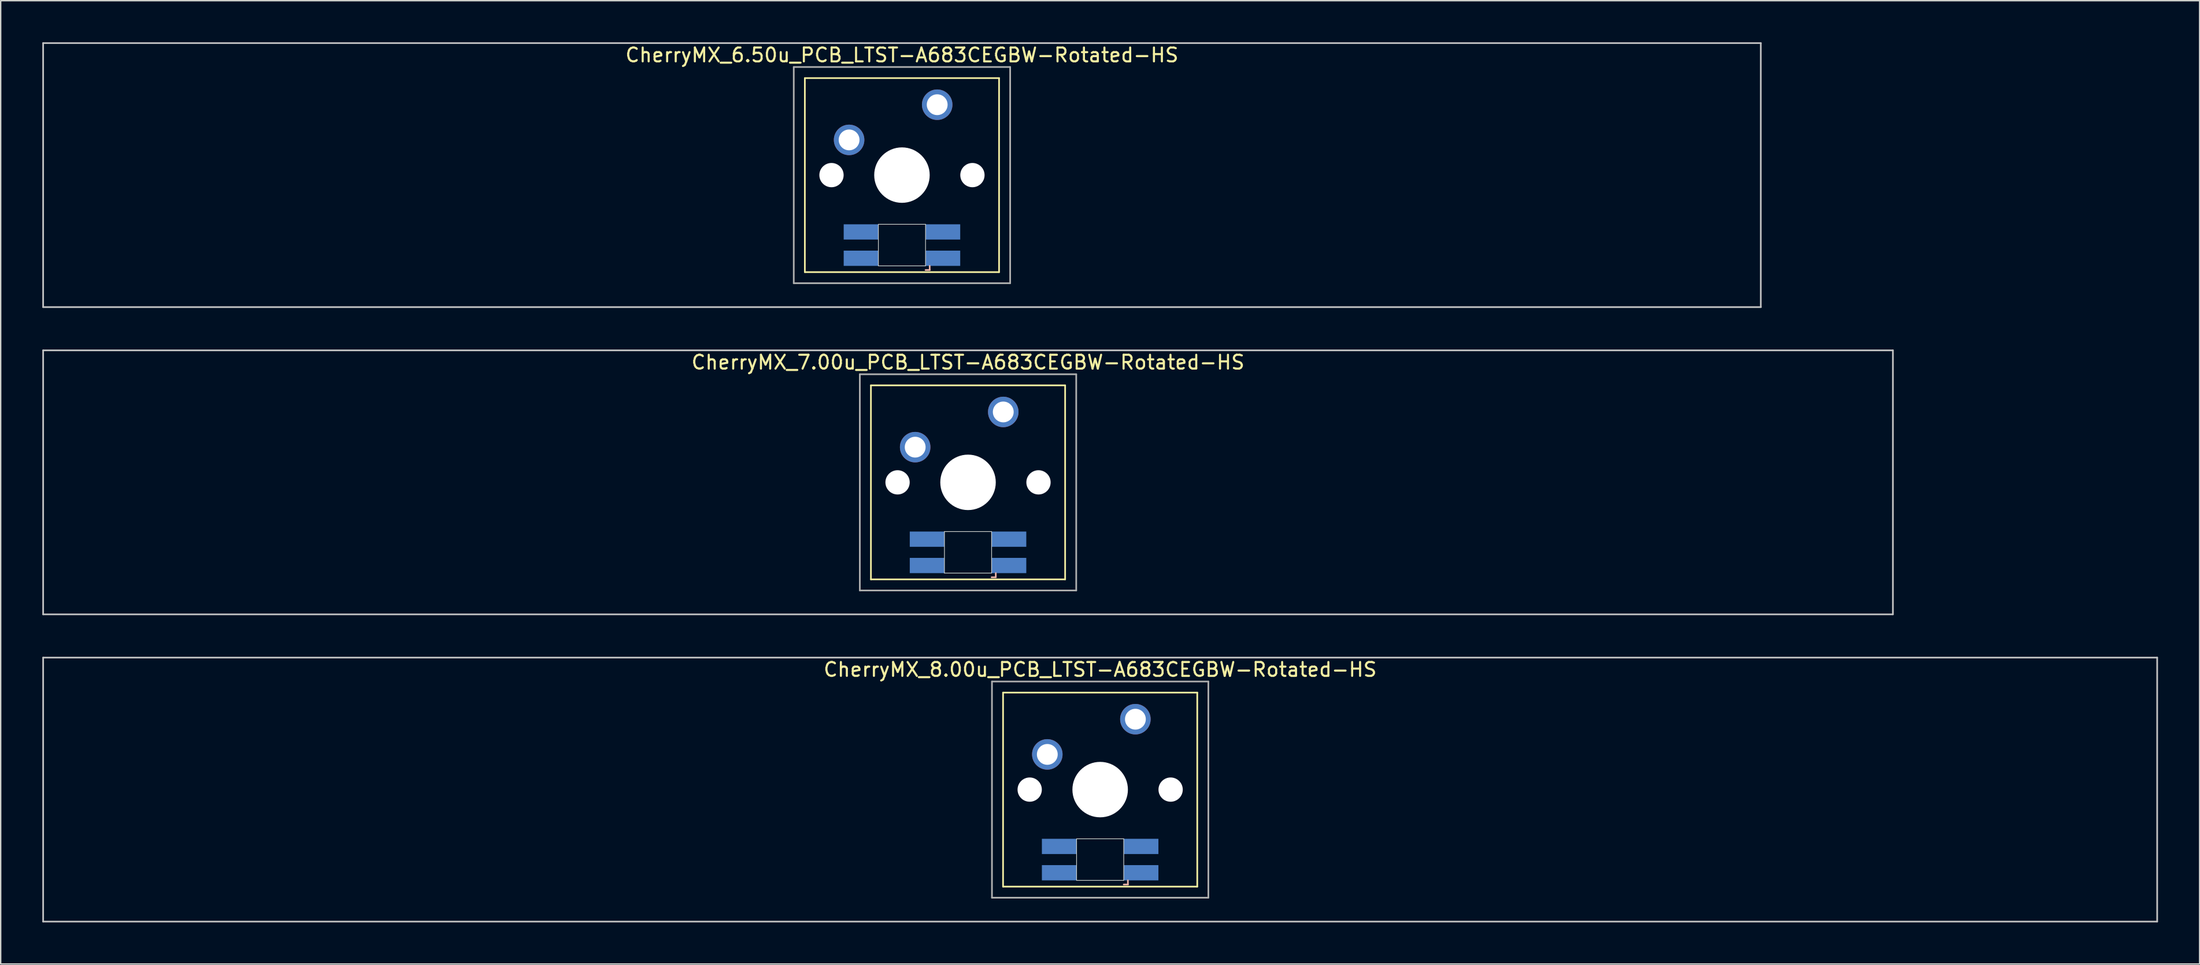
<source format=kicad_pcb>
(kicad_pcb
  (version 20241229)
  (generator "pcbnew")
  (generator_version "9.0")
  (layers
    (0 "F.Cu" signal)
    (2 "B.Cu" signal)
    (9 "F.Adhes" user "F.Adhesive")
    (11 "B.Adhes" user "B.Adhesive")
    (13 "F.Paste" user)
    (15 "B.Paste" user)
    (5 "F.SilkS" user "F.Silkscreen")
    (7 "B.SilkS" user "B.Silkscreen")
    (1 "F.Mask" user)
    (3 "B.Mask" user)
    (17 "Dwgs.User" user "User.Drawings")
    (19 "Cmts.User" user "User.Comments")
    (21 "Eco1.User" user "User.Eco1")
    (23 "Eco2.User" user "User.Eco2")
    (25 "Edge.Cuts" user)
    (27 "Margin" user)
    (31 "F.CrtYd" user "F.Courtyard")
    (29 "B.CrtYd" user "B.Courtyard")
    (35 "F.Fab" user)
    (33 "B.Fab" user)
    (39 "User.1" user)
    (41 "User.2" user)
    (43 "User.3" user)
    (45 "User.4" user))
  (footprint "CherryMX_6.50u_PCB_LTST-A683CEGBW-Rotated-HS"
    (layer "F.Cu")
    (at 61.972 9.585)
    (property "Reference" "CherryMX_6.50u_PCB_LTST-A683CEGBW-Rotated-HS" (at 0 -8.662 0) (layer "F.SilkS") (effects (font (size 1 1) (thickness 0.15))))
    (attr through_hole)
    (fp_line (start -7 -7) (end -7 7) (stroke (width 0.12) (type solid)) (layer "F.SilkS"))
    (fp_line (start -7 -7) (end 7 -7) (stroke (width 0.12) (type solid)) (layer "F.SilkS"))
    (fp_line (start 7 -7) (end 7 7) (stroke (width 0.12) (type solid)) (layer "F.SilkS"))
    (fp_line (start 7 7) (end -7 7) (stroke (width 0.12) (type solid)) (layer "F.SilkS"))
    (fp_line (start 1.7 6.85) (end 2 6.85) (stroke (width 0.12) (type solid)) (layer "B.SilkS"))
    (fp_line (start 2 6.85) (end 2 6.55) (stroke (width 0.12) (type solid)) (layer "B.SilkS"))
    (fp_line (start -61.913 -9.525) (end 61.913 -9.525) (stroke (width 0.12) (type solid)) (layer "Dwgs.User"))
    (fp_line (start -61.913 9.525) (end -61.913 -9.525) (stroke (width 0.12) (type solid)) (layer "Dwgs.User"))
    (fp_line (start 61.913 -9.525) (end 61.913 9.525) (stroke (width 0.12) (type solid)) (layer "Dwgs.User"))
    (fp_line (start 61.913 9.525) (end -61.913 9.525) (stroke (width 0.12) (type solid)) (layer "Dwgs.User"))
    (fp_line (start -1.7 3.55) (end 1.7 3.55) (stroke (width 0.05) (type solid)) (layer "Edge.Cuts"))
    (fp_line (start -1.7 6.55) (end -1.7 3.55) (stroke (width 0.05) (type solid)) (layer "Edge.Cuts"))
    (fp_line (start 1.7 3.55) (end 1.7 6.55) (stroke (width 0.05) (type solid)) (layer "Edge.Cuts"))
    (fp_line (start 1.7 6.55) (end -1.7 6.55) (stroke (width 0.05) (type solid)) (layer "Edge.Cuts"))
    (fp_line (start -7.8 -7.8) (end -7.8 7.8) (stroke (width 0.12) (type solid)) (layer "F.Fab"))
    (fp_line (start -7.8 -7.8) (end 7.8 -7.8) (stroke (width 0.12) (type solid)) (layer "F.Fab"))
    (fp_line (start -7.8 7.8) (end 7.8 7.8) (stroke (width 0.12) (type solid)) (layer "F.Fab"))
    (fp_line (start 7.8 -7.8) (end 7.8 7.8) (stroke (width 0.12) (type solid)) (layer "F.Fab"))
    (pad "" np_thru_hole circle (at -5.08 0) (size 1.75 1.75) (drill 1.75) (layers "*.Cu" "*.Mask"))
    (pad "" np_thru_hole circle (at 0 0) (size 4 4) (drill 4) (layers "*.Cu" "*.Mask"))
    (pad "" np_thru_hole circle (at 5.08 0) (size 1.75 1.75) (drill 1.75) (layers "*.Cu" "*.Mask"))
    (pad "1" thru_hole circle (at -3.81 -2.54) (size 2.2 2.2) (drill 1.5) (layers "*.Cu" "*.Mask"))
    (pad "2" thru_hole circle (at 2.54 -5.08) (size 2.2 2.2) (drill 1.5) (layers "*.Cu" "*.Mask"))
    (pad "3" smd rect (at 2.95 6) (size 2.5 1.1) (layers "B.Cu" "B.Mask" "B.Paste"))
    (pad "4" smd rect (at 2.95 4.1) (size 2.5 1.1) (layers "B.Cu" "B.Mask" "B.Paste"))
    (pad "5" smd rect (at -2.95 6) (size 2.5 1.1) (layers "B.Cu" "B.Mask" "B.Paste"))
    (pad "6" smd rect (at -2.95 4.1) (size 2.5 1.1) (layers "B.Cu" "B.Mask" "B.Paste")))
  (footprint "CherryMX_7.00u_PCB_LTST-A683CEGBW-Rotated-HS"
    (layer "F.Cu")
    (at 66.735 31.755)
    (property "Reference" "CherryMX_7.00u_PCB_LTST-A683CEGBW-Rotated-HS" (at 0 -8.662 0) (layer "F.SilkS") (effects (font (size 1 1) (thickness 0.15))))
    (attr through_hole)
    (fp_line (start -7 -7) (end -7 7) (stroke (width 0.12) (type solid)) (layer "F.SilkS"))
    (fp_line (start -7 -7) (end 7 -7) (stroke (width 0.12) (type solid)) (layer "F.SilkS"))
    (fp_line (start 7 -7) (end 7 7) (stroke (width 0.12) (type solid)) (layer "F.SilkS"))
    (fp_line (start 7 7) (end -7 7) (stroke (width 0.12) (type solid)) (layer "F.SilkS"))
    (fp_line (start 1.7 6.85) (end 2 6.85) (stroke (width 0.12) (type solid)) (layer "B.SilkS"))
    (fp_line (start 2 6.85) (end 2 6.55) (stroke (width 0.12) (type solid)) (layer "B.SilkS"))
    (fp_line (start -66.675 -9.525) (end 66.675 -9.525) (stroke (width 0.12) (type solid)) (layer "Dwgs.User"))
    (fp_line (start -66.675 9.525) (end -66.675 -9.525) (stroke (width 0.12) (type solid)) (layer "Dwgs.User"))
    (fp_line (start 66.675 -9.525) (end 66.675 9.525) (stroke (width 0.12) (type solid)) (layer "Dwgs.User"))
    (fp_line (start 66.675 9.525) (end -66.675 9.525) (stroke (width 0.12) (type solid)) (layer "Dwgs.User"))
    (fp_line (start -1.7 3.55) (end 1.7 3.55) (stroke (width 0.05) (type solid)) (layer "Edge.Cuts"))
    (fp_line (start -1.7 6.55) (end -1.7 3.55) (stroke (width 0.05) (type solid)) (layer "Edge.Cuts"))
    (fp_line (start 1.7 3.55) (end 1.7 6.55) (stroke (width 0.05) (type solid)) (layer "Edge.Cuts"))
    (fp_line (start 1.7 6.55) (end -1.7 6.55) (stroke (width 0.05) (type solid)) (layer "Edge.Cuts"))
    (fp_line (start -7.8 -7.8) (end -7.8 7.8) (stroke (width 0.12) (type solid)) (layer "F.Fab"))
    (fp_line (start -7.8 -7.8) (end 7.8 -7.8) (stroke (width 0.12) (type solid)) (layer "F.Fab"))
    (fp_line (start -7.8 7.8) (end 7.8 7.8) (stroke (width 0.12) (type solid)) (layer "F.Fab"))
    (fp_line (start 7.8 -7.8) (end 7.8 7.8) (stroke (width 0.12) (type solid)) (layer "F.Fab"))
    (pad "" np_thru_hole circle (at -5.08 0) (size 1.75 1.75) (drill 1.75) (layers "*.Cu" "*.Mask"))
    (pad "" np_thru_hole circle (at 0 0) (size 4 4) (drill 4) (layers "*.Cu" "*.Mask"))
    (pad "" np_thru_hole circle (at 5.08 0) (size 1.75 1.75) (drill 1.75) (layers "*.Cu" "*.Mask"))
    (pad "1" thru_hole circle (at -3.81 -2.54) (size 2.2 2.2) (drill 1.5) (layers "*.Cu" "*.Mask"))
    (pad "2" thru_hole circle (at 2.54 -5.08) (size 2.2 2.2) (drill 1.5) (layers "*.Cu" "*.Mask"))
    (pad "3" smd rect (at 2.95 6) (size 2.5 1.1) (layers "B.Cu" "B.Mask" "B.Paste"))
    (pad "4" smd rect (at 2.95 4.1) (size 2.5 1.1) (layers "B.Cu" "B.Mask" "B.Paste"))
    (pad "5" smd rect (at -2.95 6) (size 2.5 1.1) (layers "B.Cu" "B.Mask" "B.Paste"))
    (pad "6" smd rect (at -2.95 4.1) (size 2.5 1.1) (layers "B.Cu" "B.Mask" "B.Paste")))
  (footprint "CherryMX_8.00u_PCB_LTST-A683CEGBW-Rotated-HS"
    (layer "F.Cu")
    (at 76.26 53.925)
    (property "Reference" "CherryMX_8.00u_PCB_LTST-A683CEGBW-Rotated-HS" (at 0 -8.662 0) (layer "F.SilkS") (effects (font (size 1 1) (thickness 0.15))))
    (attr through_hole)
    (fp_line (start -7 -7) (end -7 7) (stroke (width 0.12) (type solid)) (layer "F.SilkS"))
    (fp_line (start -7 -7) (end 7 -7) (stroke (width 0.12) (type solid)) (layer "F.SilkS"))
    (fp_line (start 7 -7) (end 7 7) (stroke (width 0.12) (type solid)) (layer "F.SilkS"))
    (fp_line (start 7 7) (end -7 7) (stroke (width 0.12) (type solid)) (layer "F.SilkS"))
    (fp_line (start 1.7 6.85) (end 2 6.85) (stroke (width 0.12) (type solid)) (layer "B.SilkS"))
    (fp_line (start 2 6.85) (end 2 6.55) (stroke (width 0.12) (type solid)) (layer "B.SilkS"))
    (fp_line (start -76.2 -9.525) (end 76.2 -9.525) (stroke (width 0.12) (type solid)) (layer "Dwgs.User"))
    (fp_line (start -76.2 9.525) (end -76.2 -9.525) (stroke (width 0.12) (type solid)) (layer "Dwgs.User"))
    (fp_line (start 76.2 -9.525) (end 76.2 9.525) (stroke (width 0.12) (type solid)) (layer "Dwgs.User"))
    (fp_line (start 76.2 9.525) (end -76.2 9.525) (stroke (width 0.12) (type solid)) (layer "Dwgs.User"))
    (fp_line (start -1.7 3.55) (end 1.7 3.55) (stroke (width 0.05) (type solid)) (layer "Edge.Cuts"))
    (fp_line (start -1.7 6.55) (end -1.7 3.55) (stroke (width 0.05) (type solid)) (layer "Edge.Cuts"))
    (fp_line (start 1.7 3.55) (end 1.7 6.55) (stroke (width 0.05) (type solid)) (layer "Edge.Cuts"))
    (fp_line (start 1.7 6.55) (end -1.7 6.55) (stroke (width 0.05) (type solid)) (layer "Edge.Cuts"))
    (fp_line (start -7.8 -7.8) (end -7.8 7.8) (stroke (width 0.12) (type solid)) (layer "F.Fab"))
    (fp_line (start -7.8 -7.8) (end 7.8 -7.8) (stroke (width 0.12) (type solid)) (layer "F.Fab"))
    (fp_line (start -7.8 7.8) (end 7.8 7.8) (stroke (width 0.12) (type solid)) (layer "F.Fab"))
    (fp_line (start 7.8 -7.8) (end 7.8 7.8) (stroke (width 0.12) (type solid)) (layer "F.Fab"))
    (pad "" np_thru_hole circle (at -5.08 0) (size 1.75 1.75) (drill 1.75) (layers "*.Cu" "*.Mask"))
    (pad "" np_thru_hole circle (at 0 0) (size 4 4) (drill 4) (layers "*.Cu" "*.Mask"))
    (pad "" np_thru_hole circle (at 5.08 0) (size 1.75 1.75) (drill 1.75) (layers "*.Cu" "*.Mask"))
    (pad "1" thru_hole circle (at -3.81 -2.54) (size 2.2 2.2) (drill 1.5) (layers "*.Cu" "*.Mask"))
    (pad "2" thru_hole circle (at 2.54 -5.08) (size 2.2 2.2) (drill 1.5) (layers "*.Cu" "*.Mask"))
    (pad "3" smd rect (at 2.95 6) (size 2.5 1.1) (layers "B.Cu" "B.Mask" "B.Paste"))
    (pad "4" smd rect (at 2.95 4.1) (size 2.5 1.1) (layers "B.Cu" "B.Mask" "B.Paste"))
    (pad "5" smd rect (at -2.95 6) (size 2.5 1.1) (layers "B.Cu" "B.Mask" "B.Paste"))
    (pad "6" smd rect (at -2.95 4.1) (size 2.5 1.1) (layers "B.Cu" "B.Mask" "B.Paste")))
  (gr_rect
    (start -3 -3)
    (end 155.52 66.51)
    (stroke (width 0.1) (type default))
    (fill no)
    (layer "Edge.Cuts")))
</source>
